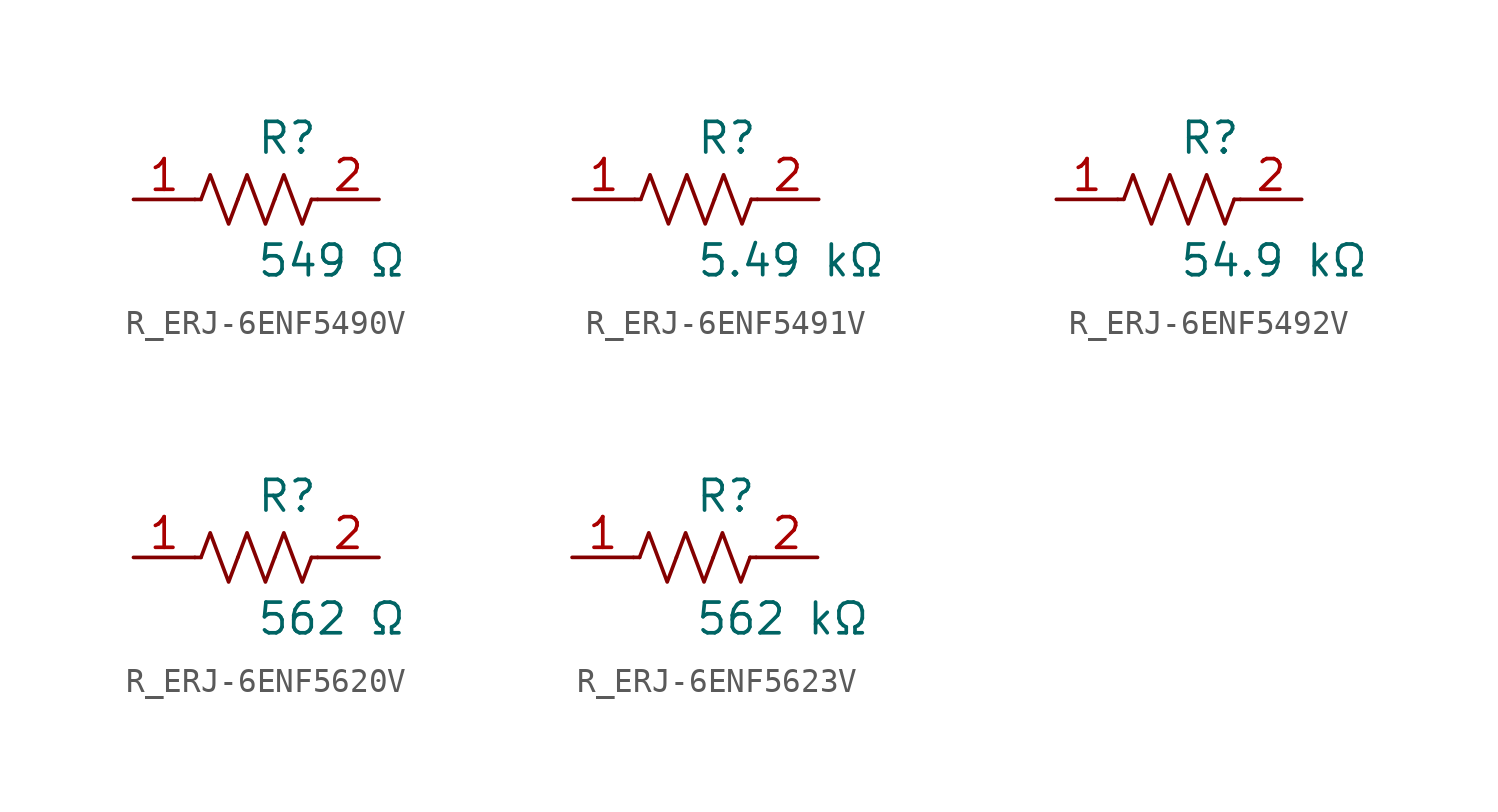
<source format=kicad_sym>
(kicad_symbol_lib
  (version 20231120)
  (generator kicad_symbol_editor)
  (generator_version 8.0)
  (symbol "R_ERJ-6ENF5490V"
    (pin_names
      (offset 0.254))
    (property "Reference" "R"
      (at 0.0 2.54 0)
      (effects (font (size 1.27 1.27)) (justify left)))
    (property "Value" "549 Ω"
      (at 0.0 -2.54 0)
      (effects (font (size 1.27 1.27)) (justify left)))
    (symbol "R_ERJ-6ENF5490V_0_1"
      (polyline (pts (xy 2.286 0) (xy 2.54 0)) (stroke (width 0) (type default)) (fill (type none)))
      (polyline (pts (xy -2.286 0) (xy -2.54 0)) (stroke (width 0) (type default)) (fill (type none)))
      (polyline (pts (xy 0.762 0) (xy 1.143 1.016) (xy 1.524 0) (xy 1.905 -1.016) (xy 2.286 0)) (stroke (width 0) (type default)) (fill (type none)))
      (polyline (pts (xy -0.762 0) (xy -0.381 1.016) (xy 0 0) (xy 0.381 -1.016) (xy 0.762 0)) (stroke (width 0) (type default)) (fill (type none)))
      (polyline (pts (xy -2.286 0) (xy -1.905 1.016) (xy -1.524 0) (xy -1.143 -1.016) (xy -0.762 0)) (stroke (width 0) (type default)) (fill (type none))))
    (pin unspecified line
      (at -5.08 0 0)
      (length 2.54)
      (name "" (effects (font (size 1.27 1.27))))
      (number "1" (effects (font (size 1.27 1.27)))))
    (pin unspecified line
      (at 5.08 0 180)
      (length 2.54)
      (name "" (effects (font (size 1.27 1.27))))
      (number "2" (effects (font (size 1.27 1.27))))))
  (symbol "R_ERJ-6ENF5491V"
    (pin_names
      (offset 0.254))
    (property "Reference" "R"
      (at 0.0 2.54 0)
      (effects (font (size 1.27 1.27)) (justify left)))
    (property "Value" "5.49 kΩ"
      (at 0.0 -2.54 0)
      (effects (font (size 1.27 1.27)) (justify left)))
    (symbol "R_ERJ-6ENF5491V_0_1"
      (polyline (pts (xy 2.286 0) (xy 2.54 0)) (stroke (width 0) (type default)) (fill (type none)))
      (polyline (pts (xy -2.286 0) (xy -2.54 0)) (stroke (width 0) (type default)) (fill (type none)))
      (polyline (pts (xy 0.762 0) (xy 1.143 1.016) (xy 1.524 0) (xy 1.905 -1.016) (xy 2.286 0)) (stroke (width 0) (type default)) (fill (type none)))
      (polyline (pts (xy -0.762 0) (xy -0.381 1.016) (xy 0 0) (xy 0.381 -1.016) (xy 0.762 0)) (stroke (width 0) (type default)) (fill (type none)))
      (polyline (pts (xy -2.286 0) (xy -1.905 1.016) (xy -1.524 0) (xy -1.143 -1.016) (xy -0.762 0)) (stroke (width 0) (type default)) (fill (type none))))
    (pin unspecified line
      (at -5.08 0 0)
      (length 2.54)
      (name "" (effects (font (size 1.27 1.27))))
      (number "1" (effects (font (size 1.27 1.27)))))
    (pin unspecified line
      (at 5.08 0 180)
      (length 2.54)
      (name "" (effects (font (size 1.27 1.27))))
      (number "2" (effects (font (size 1.27 1.27))))))
  (symbol "R_ERJ-6ENF5492V"
    (pin_names
      (offset 0.254))
    (property "Reference" "R"
      (at 0.0 2.54 0)
      (effects (font (size 1.27 1.27)) (justify left)))
    (property "Value" "54.9 kΩ"
      (at 0.0 -2.54 0)
      (effects (font (size 1.27 1.27)) (justify left)))
    (symbol "R_ERJ-6ENF5492V_0_1"
      (polyline (pts (xy 2.286 0) (xy 2.54 0)) (stroke (width 0) (type default)) (fill (type none)))
      (polyline (pts (xy -2.286 0) (xy -2.54 0)) (stroke (width 0) (type default)) (fill (type none)))
      (polyline (pts (xy 0.762 0) (xy 1.143 1.016) (xy 1.524 0) (xy 1.905 -1.016) (xy 2.286 0)) (stroke (width 0) (type default)) (fill (type none)))
      (polyline (pts (xy -0.762 0) (xy -0.381 1.016) (xy 0 0) (xy 0.381 -1.016) (xy 0.762 0)) (stroke (width 0) (type default)) (fill (type none)))
      (polyline (pts (xy -2.286 0) (xy -1.905 1.016) (xy -1.524 0) (xy -1.143 -1.016) (xy -0.762 0)) (stroke (width 0) (type default)) (fill (type none))))
    (pin unspecified line
      (at -5.08 0 0)
      (length 2.54)
      (name "" (effects (font (size 1.27 1.27))))
      (number "1" (effects (font (size 1.27 1.27)))))
    (pin unspecified line
      (at 5.08 0 180)
      (length 2.54)
      (name "" (effects (font (size 1.27 1.27))))
      (number "2" (effects (font (size 1.27 1.27))))))
  (symbol "R_ERJ-6ENF5620V"
    (pin_names
      (offset 0.254))
    (property "Reference" "R"
      (at 0.0 2.54 0)
      (effects (font (size 1.27 1.27)) (justify left)))
    (property "Value" "562 Ω"
      (at 0.0 -2.54 0)
      (effects (font (size 1.27 1.27)) (justify left)))
    (symbol "R_ERJ-6ENF5620V_0_1"
      (polyline (pts (xy 2.286 0) (xy 2.54 0)) (stroke (width 0) (type default)) (fill (type none)))
      (polyline (pts (xy -2.286 0) (xy -2.54 0)) (stroke (width 0) (type default)) (fill (type none)))
      (polyline (pts (xy 0.762 0) (xy 1.143 1.016) (xy 1.524 0) (xy 1.905 -1.016) (xy 2.286 0)) (stroke (width 0) (type default)) (fill (type none)))
      (polyline (pts (xy -0.762 0) (xy -0.381 1.016) (xy 0 0) (xy 0.381 -1.016) (xy 0.762 0)) (stroke (width 0) (type default)) (fill (type none)))
      (polyline (pts (xy -2.286 0) (xy -1.905 1.016) (xy -1.524 0) (xy -1.143 -1.016) (xy -0.762 0)) (stroke (width 0) (type default)) (fill (type none))))
    (pin unspecified line
      (at -5.08 0 0)
      (length 2.54)
      (name "" (effects (font (size 1.27 1.27))))
      (number "1" (effects (font (size 1.27 1.27)))))
    (pin unspecified line
      (at 5.08 0 180)
      (length 2.54)
      (name "" (effects (font (size 1.27 1.27))))
      (number "2" (effects (font (size 1.27 1.27))))))
  (symbol "R_ERJ-6ENF5623V"
    (pin_names
      (offset 0.254))
    (property "Reference" "R"
      (at 0.0 2.54 0)
      (effects (font (size 1.27 1.27)) (justify left)))
    (property "Value" "562 kΩ"
      (at 0.0 -2.54 0)
      (effects (font (size 1.27 1.27)) (justify left)))
    (symbol "R_ERJ-6ENF5623V_0_1"
      (polyline (pts (xy 2.286 0) (xy 2.54 0)) (stroke (width 0) (type default)) (fill (type none)))
      (polyline (pts (xy -2.286 0) (xy -2.54 0)) (stroke (width 0) (type default)) (fill (type none)))
      (polyline (pts (xy 0.762 0) (xy 1.143 1.016) (xy 1.524 0) (xy 1.905 -1.016) (xy 2.286 0)) (stroke (width 0) (type default)) (fill (type none)))
      (polyline (pts (xy -0.762 0) (xy -0.381 1.016) (xy 0 0) (xy 0.381 -1.016) (xy 0.762 0)) (stroke (width 0) (type default)) (fill (type none)))
      (polyline (pts (xy -2.286 0) (xy -1.905 1.016) (xy -1.524 0) (xy -1.143 -1.016) (xy -0.762 0)) (stroke (width 0) (type default)) (fill (type none))))
    (pin unspecified line
      (at -5.08 0 0)
      (length 2.54)
      (name "" (effects (font (size 1.27 1.27))))
      (number "1" (effects (font (size 1.27 1.27)))))
    (pin unspecified line
      (at 5.08 0 180)
      (length 2.54)
      (name "" (effects (font (size 1.27 1.27))))
      (number "2" (effects (font (size 1.27 1.27)))))))
</source>
